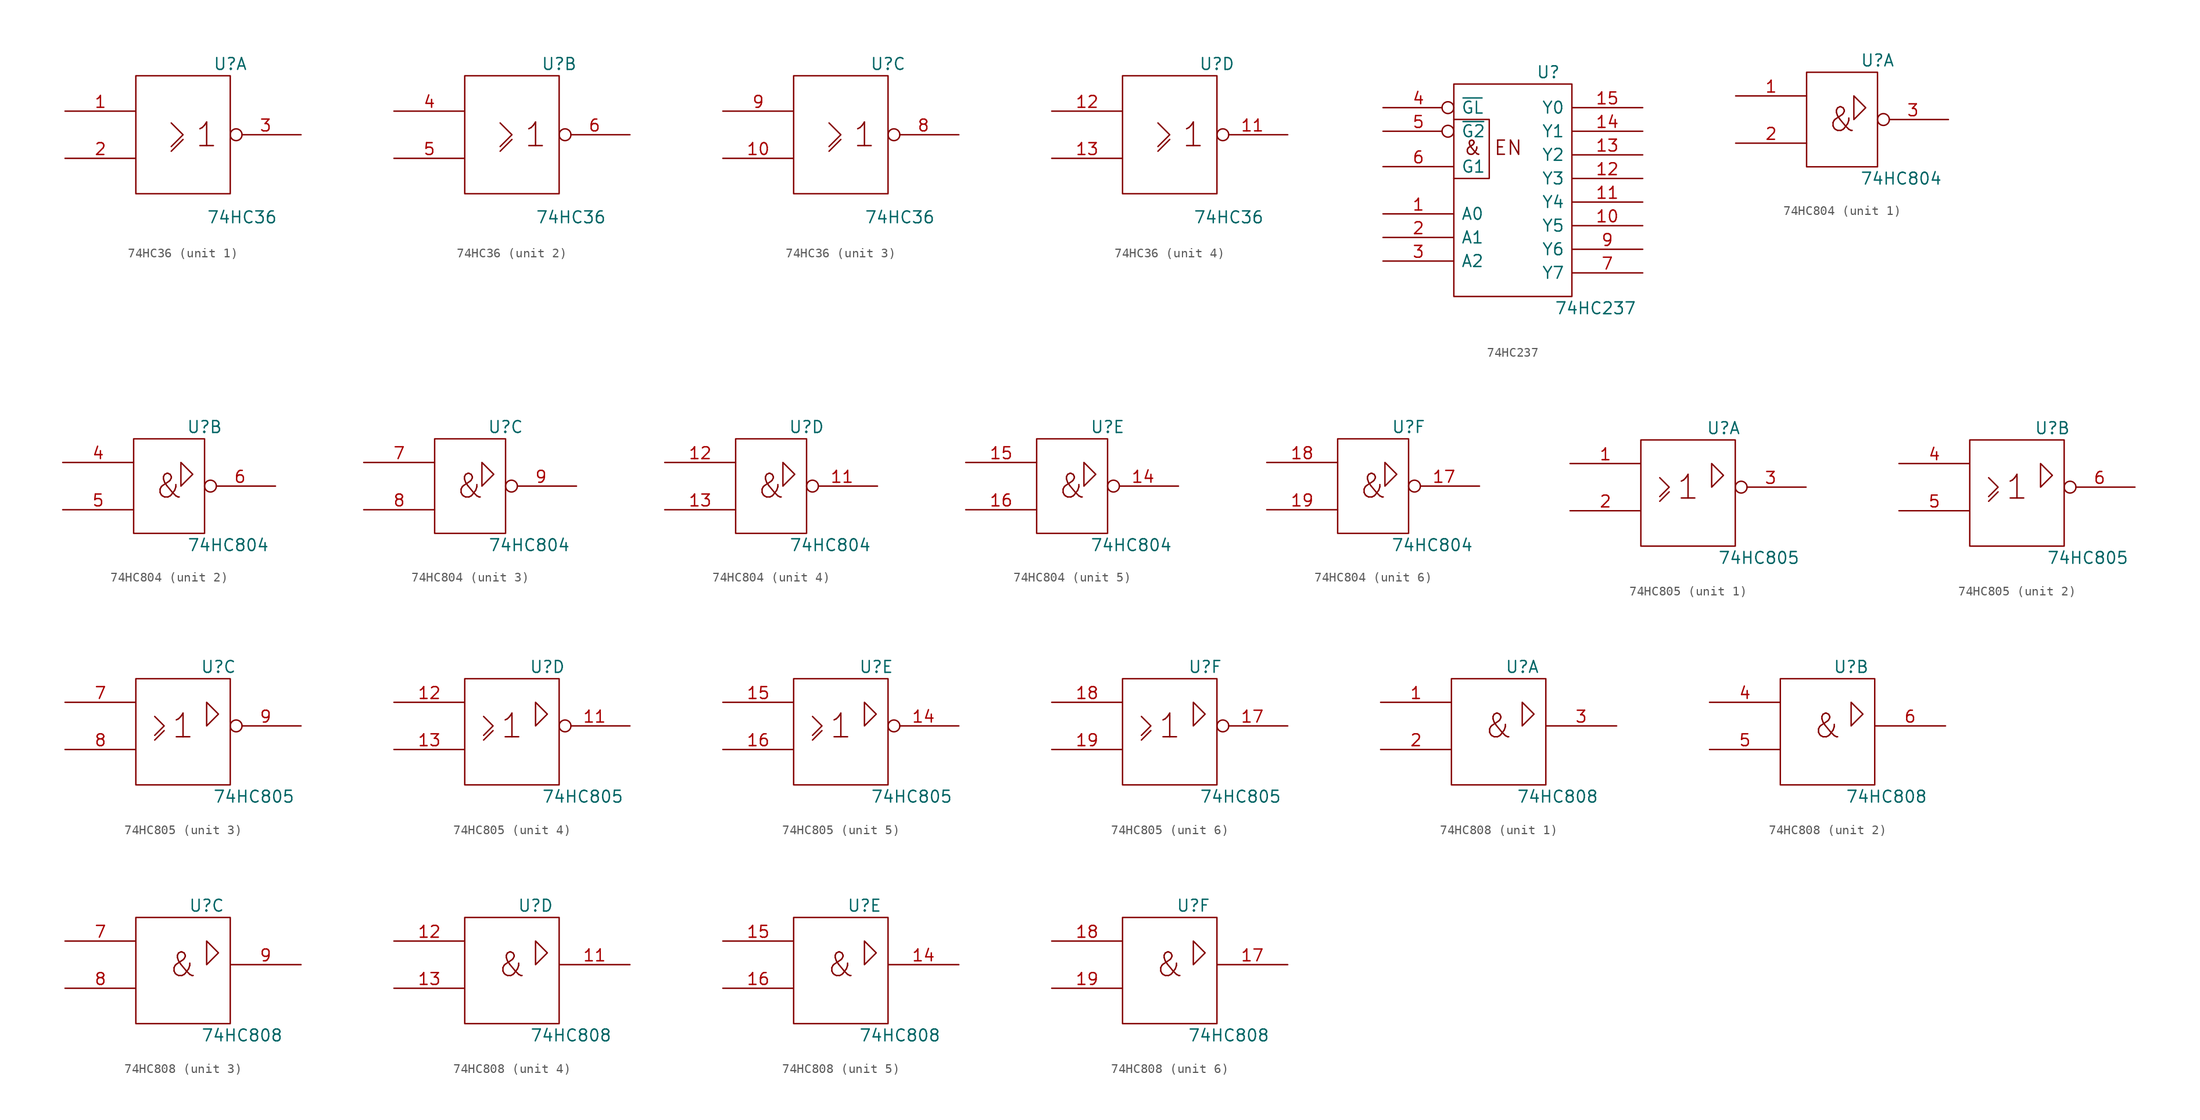
<source format=kicad_sym>
(kicad_symbol_lib
  (version 20211014)
  (generator kicad_symbol_editor)
  (symbol "74HC36"
    (pin_names
      (offset 0.762))
    (property "Reference" "U"
      (at 5.08 7.62 0)
      (effects (font (size 1.27 1.27))))
    (property "Value" "74HC36"
      (at 6.35 -8.89 0)
      (effects (font (size 1.27 1.27))))
    (symbol "74HC36_0_0"
      (polyline (pts (xy -1.27 -1.778) (xy 0 -0.508) (xy 0 -0.508)) (stroke (width 0) (type default) (color 0 0 0 0)) (fill (type none)))
      (polyline (pts (xy -1.27 1.27) (xy 0 0) (xy -1.27 -1.27) (xy -1.27 -1.27)) (stroke (width 0) (type default) (color 0 0 0 0)) (fill (type none)))
      (text "1" (at 2.54 0 0) (effects (font (size 2.54 2.54)))))
    (symbol "74HC36_0_1"
      (rectangle (start -5.08 6.35) (end 5.08 -6.35) (stroke (width 0) (type default) (color 0 0 0 0)) (fill (type none)))
      (pin power_in line (at 0 6.35 270) (length 0) hide (name "Vcc" (effects (font (size 1.27 1.27)))) (number "14" (effects (font (size 1.27 1.27)))))
      (pin power_in line (at 0 -6.35 90) (length 0) hide (name "Gnd" (effects (font (size 1.27 1.27)))) (number "7" (effects (font (size 1.27 1.27))))))
    (symbol "74HC36_1_1"
      (pin input line (at -12.7 2.54 0) (length 7.62) (name "~" (effects (font (size 1.27 1.27)))) (number "1" (effects (font (size 1.27 1.27)))))
      (pin input line (at -12.7 -2.54 0) (length 7.62) (name "~" (effects (font (size 1.27 1.27)))) (number "2" (effects (font (size 1.27 1.27)))))
      (pin output inverted (at 12.7 0 180) (length 7.62) (name "~" (effects (font (size 1.27 1.27)))) (number "3" (effects (font (size 1.27 1.27))))))
    (symbol "74HC36_2_1"
      (pin input line (at -12.7 2.54 0) (length 7.62) (name "~" (effects (font (size 1.27 1.27)))) (number "4" (effects (font (size 1.27 1.27)))))
      (pin input line (at -12.7 -2.54 0) (length 7.62) (name "~" (effects (font (size 1.27 1.27)))) (number "5" (effects (font (size 1.27 1.27)))))
      (pin output inverted (at 12.7 0 180) (length 7.62) (name "~" (effects (font (size 1.27 1.27)))) (number "6" (effects (font (size 1.27 1.27))))))
    (symbol "74HC36_3_1"
      (pin input line (at -12.7 -2.54 0) (length 7.62) (name "~" (effects (font (size 1.27 1.27)))) (number "10" (effects (font (size 1.27 1.27)))))
      (pin output inverted (at 12.7 0 180) (length 7.62) (name "~" (effects (font (size 1.27 1.27)))) (number "8" (effects (font (size 1.27 1.27)))))
      (pin input line (at -12.7 2.54 0) (length 7.62) (name "~" (effects (font (size 1.27 1.27)))) (number "9" (effects (font (size 1.27 1.27))))))
    (symbol "74HC36_4_1"
      (pin output inverted (at 12.7 0 180) (length 7.62) (name "~" (effects (font (size 1.27 1.27)))) (number "11" (effects (font (size 1.27 1.27)))))
      (pin input line (at -12.7 2.54 0) (length 7.62) (name "~" (effects (font (size 1.27 1.27)))) (number "12" (effects (font (size 1.27 1.27)))))
      (pin input line (at -12.7 -2.54 0) (length 7.62) (name "~" (effects (font (size 1.27 1.27)))) (number "13" (effects (font (size 1.27 1.27)))))))
  (symbol "74HC237"
    (pin_names
      (offset 0.762))
    (property "Reference" "U"
      (at 3.81 8.89 0)
      (effects (font (size 1.27 1.27))))
    (property "Value" "74HC237"
      (at 8.89 -16.51 0)
      (effects (font (size 1.27 1.27))))
    (symbol "74HC237_0_0"
      (text "&" (at -4.318 0.762 0) (effects (font (size 1.524 1.524))))
      (text "EN" (at -0.508 0.762 0) (effects (font (size 1.524 1.524))))
      (pin power_in line (at 0 7.62 270) (length 0) hide (name "VCC" (effects (font (size 1.27 1.27)))) (number "16" (effects (font (size 1.27 1.27))))))
    (symbol "74HC237_0_1"
      (rectangle (start -6.35 7.62) (end 6.35 -15.24) (stroke (width 0) (type default) (color 0 0 0 0)) (fill (type none)))
      (polyline (pts (xy -6.35 3.81) (xy -2.54 3.81) (xy -2.54 -2.54) (xy -6.35 -2.54) (xy -6.35 -2.54)) (stroke (width 0) (type default) (color 0 0 0 0)) (fill (type none)))
      (pin power_in line (at 0 -15.24 90) (length 0) hide (name "GND" (effects (font (size 1.27 1.27)))) (number "8" (effects (font (size 1.27 1.27))))))
    (symbol "74HC237_1_1"
      (pin input line (at -13.97 -6.35 0) (length 7.62) (name "A0" (effects (font (size 1.27 1.27)))) (number "1" (effects (font (size 1.27 1.27)))))
      (pin output line (at 13.97 -7.62 180) (length 7.62) (name "Y5" (effects (font (size 1.27 1.27)))) (number "10" (effects (font (size 1.27 1.27)))))
      (pin output line (at 13.97 -5.08 180) (length 7.62) (name "Y4" (effects (font (size 1.27 1.27)))) (number "11" (effects (font (size 1.27 1.27)))))
      (pin output line (at 13.97 -2.54 180) (length 7.62) (name "Y3" (effects (font (size 1.27 1.27)))) (number "12" (effects (font (size 1.27 1.27)))))
      (pin output line (at 13.97 0 180) (length 7.62) (name "Y2" (effects (font (size 1.27 1.27)))) (number "13" (effects (font (size 1.27 1.27)))))
      (pin output line (at 13.97 2.54 180) (length 7.62) (name "Y1" (effects (font (size 1.27 1.27)))) (number "14" (effects (font (size 1.27 1.27)))))
      (pin output line (at 13.97 5.08 180) (length 7.62) (name "Y0" (effects (font (size 1.27 1.27)))) (number "15" (effects (font (size 1.27 1.27)))))
      (pin input line (at -13.97 -8.89 0) (length 7.62) (name "A1" (effects (font (size 1.27 1.27)))) (number "2" (effects (font (size 1.27 1.27)))))
      (pin input line (at -13.97 -11.43 0) (length 7.62) (name "A2" (effects (font (size 1.27 1.27)))) (number "3" (effects (font (size 1.27 1.27)))))
      (pin input inverted (at -13.97 5.08 0) (length 7.62) (name "~{GL}" (effects (font (size 1.27 1.27)))) (number "4" (effects (font (size 1.27 1.27)))))
      (pin input inverted (at -13.97 2.54 0) (length 7.62) (name "~{G2}" (effects (font (size 1.27 1.27)))) (number "5" (effects (font (size 1.27 1.27)))))
      (pin input line (at -13.97 -1.27 0) (length 7.62) (name "G1" (effects (font (size 1.27 1.27)))) (number "6" (effects (font (size 1.27 1.27)))))
      (pin output line (at 13.97 -12.7 180) (length 7.62) (name "Y7" (effects (font (size 1.27 1.27)))) (number "7" (effects (font (size 1.27 1.27)))))
      (pin output line (at 13.97 -10.16 180) (length 7.62) (name "Y6" (effects (font (size 1.27 1.27)))) (number "9" (effects (font (size 1.27 1.27)))))))
  (symbol "74HC804"
    (pin_names
      (offset 0.762))
    (property "Reference" "U"
      (at 3.81 6.35 0)
      (effects (font (size 1.27 1.27))))
    (property "Value" "74HC804"
      (at 6.35 -6.35 0)
      (effects (font (size 1.27 1.27))))
    (symbol "74HC804_0_1"
      (rectangle (start -3.81 5.08) (end 3.81 -5.08) (stroke (width 0) (type default) (color 0 0 0 0)) (fill (type none)))
      (polyline (pts (xy 1.27 0) (xy 1.27 2.54) (xy 2.54 1.27) (xy 1.27 0) (xy 1.27 0)) (stroke (width 0) (type default) (color 0 0 0 0)) (fill (type none)))
      (text "&" (at 0 0 0) (effects (font (size 2.54 2.54))))
      (pin power_in line (at 0 -5.08 90) (length 0) hide (name "Gnd" (effects (font (size 1.27 1.27)))) (number "10" (effects (font (size 1.27 1.27)))))
      (pin power_in line (at 0 5.08 270) (length 0) hide (name "Vcc" (effects (font (size 1.27 1.27)))) (number "20" (effects (font (size 1.27 1.27))))))
    (symbol "74HC804_1_1"
      (pin input line (at -11.43 2.54 0) (length 7.62) (name "~" (effects (font (size 1.27 1.27)))) (number "1" (effects (font (size 1.27 1.27)))))
      (pin input line (at -11.43 -2.54 0) (length 7.62) (name "~" (effects (font (size 1.27 1.27)))) (number "2" (effects (font (size 1.27 1.27)))))
      (pin output inverted (at 11.43 0 180) (length 7.62) (name "~" (effects (font (size 1.27 1.27)))) (number "3" (effects (font (size 1.27 1.27))))))
    (symbol "74HC804_2_1"
      (pin input line (at -11.43 2.54 0) (length 7.62) (name "~" (effects (font (size 1.27 1.27)))) (number "4" (effects (font (size 1.27 1.27)))))
      (pin input line (at -11.43 -2.54 0) (length 7.62) (name "~" (effects (font (size 1.27 1.27)))) (number "5" (effects (font (size 1.27 1.27)))))
      (pin output inverted (at 11.43 0 180) (length 7.62) (name "~" (effects (font (size 1.27 1.27)))) (number "6" (effects (font (size 1.27 1.27))))))
    (symbol "74HC804_3_1"
      (pin input line (at -11.43 2.54 0) (length 7.62) (name "~" (effects (font (size 1.27 1.27)))) (number "7" (effects (font (size 1.27 1.27)))))
      (pin input line (at -11.43 -2.54 0) (length 7.62) (name "~" (effects (font (size 1.27 1.27)))) (number "8" (effects (font (size 1.27 1.27)))))
      (pin output inverted (at 11.43 0 180) (length 7.62) (name "~" (effects (font (size 1.27 1.27)))) (number "9" (effects (font (size 1.27 1.27))))))
    (symbol "74HC804_4_1"
      (pin output inverted (at 11.43 0 180) (length 7.62) (name "~" (effects (font (size 1.27 1.27)))) (number "11" (effects (font (size 1.27 1.27)))))
      (pin input line (at -11.43 2.54 0) (length 7.62) (name "~" (effects (font (size 1.27 1.27)))) (number "12" (effects (font (size 1.27 1.27)))))
      (pin input line (at -11.43 -2.54 0) (length 7.62) (name "~" (effects (font (size 1.27 1.27)))) (number "13" (effects (font (size 1.27 1.27))))))
    (symbol "74HC804_5_1"
      (pin output inverted (at 11.43 0 180) (length 7.62) (name "~" (effects (font (size 1.27 1.27)))) (number "14" (effects (font (size 1.27 1.27)))))
      (pin input line (at -11.43 2.54 0) (length 7.62) (name "~" (effects (font (size 1.27 1.27)))) (number "15" (effects (font (size 1.27 1.27)))))
      (pin input line (at -11.43 -2.54 0) (length 7.62) (name "~" (effects (font (size 1.27 1.27)))) (number "16" (effects (font (size 1.27 1.27))))))
    (symbol "74HC804_6_1"
      (pin output inverted (at 11.43 0 180) (length 7.62) (name "~" (effects (font (size 1.27 1.27)))) (number "17" (effects (font (size 1.27 1.27)))))
      (pin input line (at -11.43 2.54 0) (length 7.62) (name "~" (effects (font (size 1.27 1.27)))) (number "18" (effects (font (size 1.27 1.27)))))
      (pin input line (at -11.43 -2.54 0) (length 7.62) (name "~" (effects (font (size 1.27 1.27)))) (number "19" (effects (font (size 1.27 1.27)))))))
  (symbol "74HC805"
    (pin_names
      (offset 0.762))
    (property "Reference" "U"
      (at 3.81 6.35 0)
      (effects (font (size 1.27 1.27))))
    (property "Value" "74HC805"
      (at 7.62 -7.62 0)
      (effects (font (size 1.27 1.27))))
    (symbol "74HC805_0_1"
      (rectangle (start -5.08 5.08) (end 5.08 -6.35) (stroke (width 0) (type default) (color 0 0 0 0)) (fill (type none)))
      (polyline (pts (xy -3.048 -1.524) (xy -2.032 -0.508) (xy -2.032 -0.508)) (stroke (width 0) (type default) (color 0 0 0 0)) (fill (type none)))
      (polyline (pts (xy -3.048 1.016) (xy -2.032 0) (xy -3.048 -1.016) (xy -3.048 -1.016)) (stroke (width 0) (type default) (color 0 0 0 0)) (fill (type none)))
      (polyline (pts (xy 2.54 0) (xy 2.54 2.54) (xy 3.81 1.27) (xy 2.54 0) (xy 2.54 0)) (stroke (width 0) (type default) (color 0 0 0 0)) (fill (type none)))
      (text "1" (at 0 0 0) (effects (font (size 2.54 2.54))))
      (pin power_in line (at 0 -6.35 90) (length 0) hide (name "Gnd" (effects (font (size 1.27 1.27)))) (number "10" (effects (font (size 1.27 1.27)))))
      (pin power_in line (at 0 5.08 270) (length 0) hide (name "Vcc" (effects (font (size 1.27 1.27)))) (number "20" (effects (font (size 1.27 1.27))))))
    (symbol "74HC805_1_1"
      (pin input line (at -12.7 2.54 0) (length 7.62) (name "~" (effects (font (size 1.27 1.27)))) (number "1" (effects (font (size 1.27 1.27)))))
      (pin input line (at -12.7 -2.54 0) (length 7.62) (name "~" (effects (font (size 1.27 1.27)))) (number "2" (effects (font (size 1.27 1.27)))))
      (pin output inverted (at 12.7 0 180) (length 7.62) (name "~" (effects (font (size 1.27 1.27)))) (number "3" (effects (font (size 1.27 1.27))))))
    (symbol "74HC805_2_1"
      (pin input line (at -12.7 2.54 0) (length 7.62) (name "~" (effects (font (size 1.27 1.27)))) (number "4" (effects (font (size 1.27 1.27)))))
      (pin input line (at -12.7 -2.54 0) (length 7.62) (name "~" (effects (font (size 1.27 1.27)))) (number "5" (effects (font (size 1.27 1.27)))))
      (pin output inverted (at 12.7 0 180) (length 7.62) (name "~" (effects (font (size 1.27 1.27)))) (number "6" (effects (font (size 1.27 1.27))))))
    (symbol "74HC805_3_1"
      (pin input line (at -12.7 2.54 0) (length 7.62) (name "~" (effects (font (size 1.27 1.27)))) (number "7" (effects (font (size 1.27 1.27)))))
      (pin input line (at -12.7 -2.54 0) (length 7.62) (name "~" (effects (font (size 1.27 1.27)))) (number "8" (effects (font (size 1.27 1.27)))))
      (pin output inverted (at 12.7 0 180) (length 7.62) (name "~" (effects (font (size 1.27 1.27)))) (number "9" (effects (font (size 1.27 1.27))))))
    (symbol "74HC805_4_1"
      (pin output inverted (at 12.7 0 180) (length 7.62) (name "~" (effects (font (size 1.27 1.27)))) (number "11" (effects (font (size 1.27 1.27)))))
      (pin input line (at -12.7 2.54 0) (length 7.62) (name "~" (effects (font (size 1.27 1.27)))) (number "12" (effects (font (size 1.27 1.27)))))
      (pin input line (at -12.7 -2.54 0) (length 7.62) (name "~" (effects (font (size 1.27 1.27)))) (number "13" (effects (font (size 1.27 1.27))))))
    (symbol "74HC805_5_1"
      (pin output inverted (at 12.7 0 180) (length 7.62) (name "~" (effects (font (size 1.27 1.27)))) (number "14" (effects (font (size 1.27 1.27)))))
      (pin input line (at -12.7 2.54 0) (length 7.62) (name "~" (effects (font (size 1.27 1.27)))) (number "15" (effects (font (size 1.27 1.27)))))
      (pin input line (at -12.7 -2.54 0) (length 7.62) (name "~" (effects (font (size 1.27 1.27)))) (number "16" (effects (font (size 1.27 1.27))))))
    (symbol "74HC805_6_1"
      (pin output inverted (at 12.7 0 180) (length 7.62) (name "~" (effects (font (size 1.27 1.27)))) (number "17" (effects (font (size 1.27 1.27)))))
      (pin input line (at -12.7 2.54 0) (length 7.62) (name "~" (effects (font (size 1.27 1.27)))) (number "18" (effects (font (size 1.27 1.27)))))
      (pin input line (at -12.7 -2.54 0) (length 7.62) (name "~" (effects (font (size 1.27 1.27)))) (number "19" (effects (font (size 1.27 1.27)))))))
  (symbol "74HC808"
    (pin_names
      (offset 0.762))
    (property "Reference" "U"
      (at 2.54 6.35 0)
      (effects (font (size 1.27 1.27))))
    (property "Value" "74HC808"
      (at 6.35 -7.62 0)
      (effects (font (size 1.27 1.27))))
    (symbol "74HC808_0_1"
      (rectangle (start -5.08 5.08) (end 5.08 -6.35) (stroke (width 0) (type default) (color 0 0 0 0)) (fill (type none)))
      (polyline (pts (xy 2.54 0) (xy 2.54 2.54) (xy 3.81 1.27) (xy 2.54 0) (xy 2.54 0)) (stroke (width 0) (type default) (color 0 0 0 0)) (fill (type none)))
      (text "&" (at 0 0 0) (effects (font (size 2.54 2.54))))
      (pin power_in line (at 0 -6.35 90) (length 0) hide (name "Gnd" (effects (font (size 1.27 1.27)))) (number "10" (effects (font (size 1.27 1.27)))))
      (pin power_in line (at 0 5.08 270) (length 0) hide (name "Vcc" (effects (font (size 1.27 1.27)))) (number "20" (effects (font (size 1.27 1.27))))))
    (symbol "74HC808_1_1"
      (pin input line (at -12.7 2.54 0) (length 7.62) (name "~" (effects (font (size 1.27 1.27)))) (number "1" (effects (font (size 1.27 1.27)))))
      (pin input line (at -12.7 -2.54 0) (length 7.62) (name "~" (effects (font (size 1.27 1.27)))) (number "2" (effects (font (size 1.27 1.27)))))
      (pin output line (at 12.7 0 180) (length 7.62) (name "~" (effects (font (size 1.27 1.27)))) (number "3" (effects (font (size 1.27 1.27))))))
    (symbol "74HC808_2_1"
      (pin input line (at -12.7 2.54 0) (length 7.62) (name "~" (effects (font (size 1.27 1.27)))) (number "4" (effects (font (size 1.27 1.27)))))
      (pin input line (at -12.7 -2.54 0) (length 7.62) (name "~" (effects (font (size 1.27 1.27)))) (number "5" (effects (font (size 1.27 1.27)))))
      (pin output line (at 12.7 0 180) (length 7.62) (name "~" (effects (font (size 1.27 1.27)))) (number "6" (effects (font (size 1.27 1.27))))))
    (symbol "74HC808_3_1"
      (pin input line (at -12.7 2.54 0) (length 7.62) (name "~" (effects (font (size 1.27 1.27)))) (number "7" (effects (font (size 1.27 1.27)))))
      (pin input line (at -12.7 -2.54 0) (length 7.62) (name "~" (effects (font (size 1.27 1.27)))) (number "8" (effects (font (size 1.27 1.27)))))
      (pin output line (at 12.7 0 180) (length 7.62) (name "~" (effects (font (size 1.27 1.27)))) (number "9" (effects (font (size 1.27 1.27))))))
    (symbol "74HC808_4_1"
      (pin output line (at 12.7 0 180) (length 7.62) (name "~" (effects (font (size 1.27 1.27)))) (number "11" (effects (font (size 1.27 1.27)))))
      (pin input line (at -12.7 2.54 0) (length 7.62) (name "~" (effects (font (size 1.27 1.27)))) (number "12" (effects (font (size 1.27 1.27)))))
      (pin input line (at -12.7 -2.54 0) (length 7.62) (name "~" (effects (font (size 1.27 1.27)))) (number "13" (effects (font (size 1.27 1.27))))))
    (symbol "74HC808_5_1"
      (pin output line (at 12.7 0 180) (length 7.62) (name "~" (effects (font (size 1.27 1.27)))) (number "14" (effects (font (size 1.27 1.27)))))
      (pin input line (at -12.7 2.54 0) (length 7.62) (name "~" (effects (font (size 1.27 1.27)))) (number "15" (effects (font (size 1.27 1.27)))))
      (pin input line (at -12.7 -2.54 0) (length 7.62) (name "~" (effects (font (size 1.27 1.27)))) (number "16" (effects (font (size 1.27 1.27))))))
    (symbol "74HC808_6_1"
      (pin output line (at 12.7 0 180) (length 7.62) (name "~" (effects (font (size 1.27 1.27)))) (number "17" (effects (font (size 1.27 1.27)))))
      (pin input line (at -12.7 2.54 0) (length 7.62) (name "~" (effects (font (size 1.27 1.27)))) (number "18" (effects (font (size 1.27 1.27)))))
      (pin input line (at -12.7 -2.54 0) (length 7.62) (name "~" (effects (font (size 1.27 1.27)))) (number "19" (effects (font (size 1.27 1.27))))))))
</source>
